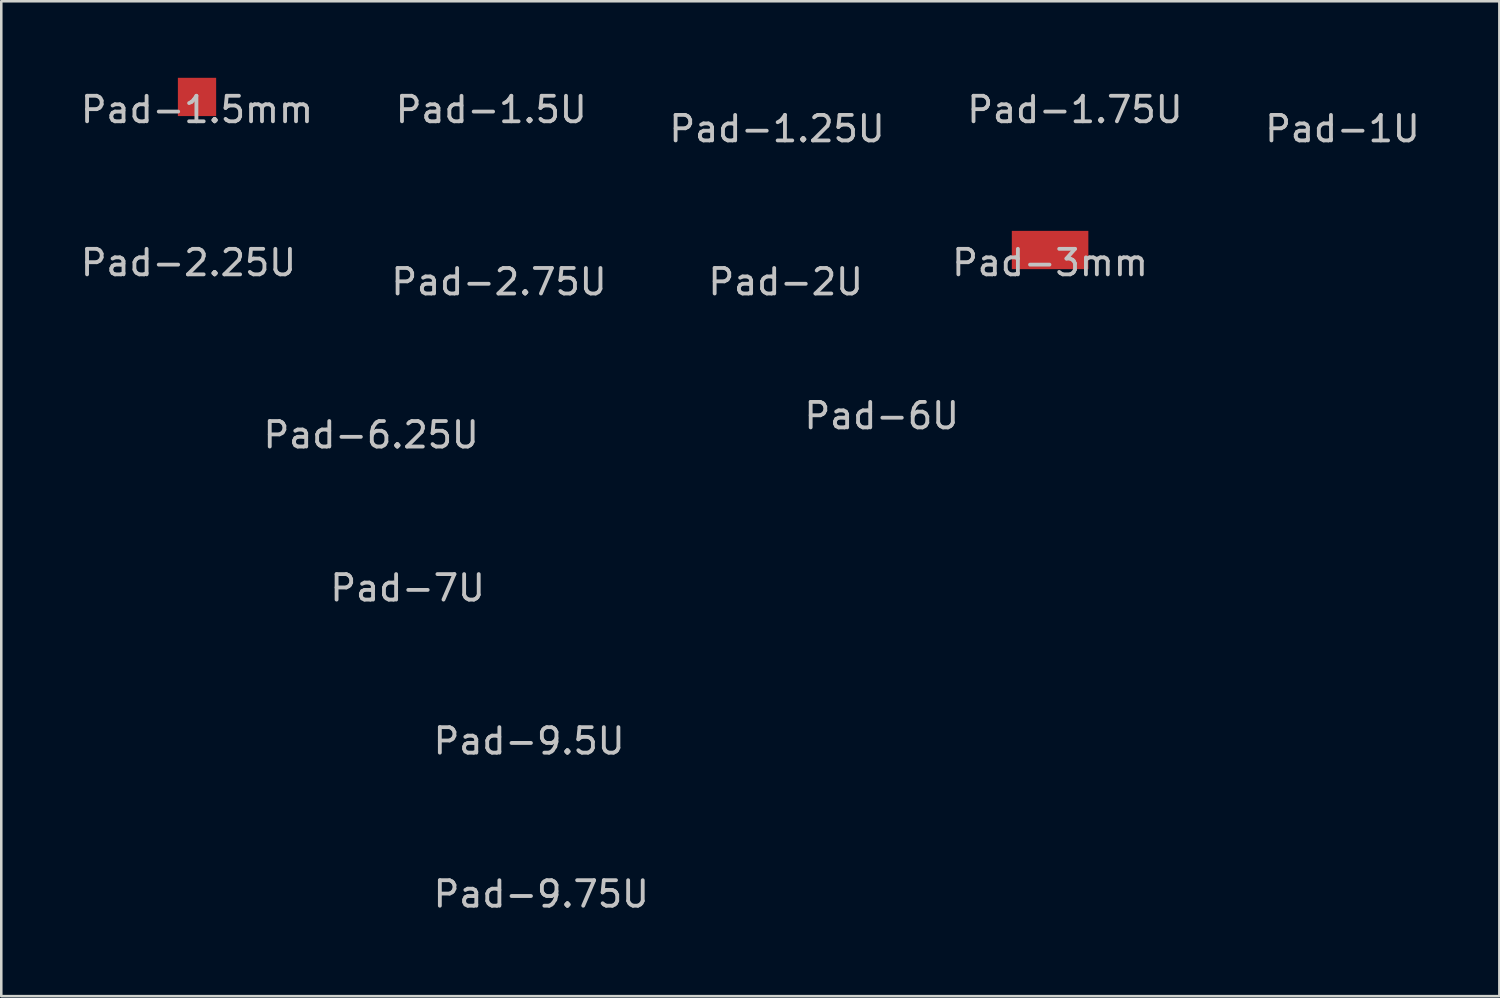
<source format=kicad_pcb>
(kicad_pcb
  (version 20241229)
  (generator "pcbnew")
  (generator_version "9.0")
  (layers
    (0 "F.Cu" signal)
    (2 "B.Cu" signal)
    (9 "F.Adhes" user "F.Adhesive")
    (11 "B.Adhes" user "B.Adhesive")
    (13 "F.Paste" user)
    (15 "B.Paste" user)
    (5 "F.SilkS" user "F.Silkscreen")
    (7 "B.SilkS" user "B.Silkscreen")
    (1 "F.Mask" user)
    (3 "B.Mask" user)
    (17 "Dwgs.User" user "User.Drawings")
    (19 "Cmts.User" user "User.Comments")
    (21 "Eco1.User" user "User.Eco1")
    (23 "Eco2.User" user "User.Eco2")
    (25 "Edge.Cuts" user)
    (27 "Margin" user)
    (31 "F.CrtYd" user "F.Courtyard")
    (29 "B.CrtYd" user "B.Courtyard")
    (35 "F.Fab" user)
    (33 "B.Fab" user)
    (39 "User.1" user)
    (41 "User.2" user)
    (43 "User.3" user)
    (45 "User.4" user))
  (footprint "Pad-1.5mm"
    (layer "F.Cu")
    (at 4.673 0.75)
    (property "Reference" "Pad-1.5mm" (at 0 0.5 0) (layer "Dwgs.User") (effects (font (size 1 1) (thickness 0.15))))
    (attr through_hole)
    (pad "e" smd rect (at 0 0) (size 1.5 1.5) (layers "F.Cu" "F.Mask" "F.Paste")))
  (footprint "Pad-3mm"
    (layer "F.Cu")
    (at 38.114 6.75)
    (property "Reference" "Pad-3mm" (at 0 0.5 0) (layer "Dwgs.User") (effects (font (size 1 1) (thickness 0.15))))
    (attr through_hole)
    (pad "e" smd rect (at 0 0) (size 3 1.5) (layers "F.Cu" "F.Mask" "F.Paste")))
  (footprint "Pad-2.75U"
    (layer "F.Cu")
    (at 16.512 7.5)
    (property "Reference" "Pad-2.75U" (at 0 0.5 0) (layer "Dwgs.User") (effects (font (size 1 1) (thickness 0.15))))
    (attr through_hole)
    (pad "" smd rect (at 0 0) (size 9.668 3) (layers "F.Mask")))
  (footprint "Pad-1.75U"
    (layer "F.Cu")
    (at 39.089 0.75)
    (property "Reference" "Pad-1.75U" (at 0 0.5 0) (layer "Dwgs.User") (effects (font (size 1 1) (thickness 0.15))))
    (attr through_hole)
    (pad "" smd rect (at 0 0) (size 2.929 1.5) (layers "F.Mask")))
  (footprint "Pad-9.75U"
    (layer "F.Cu")
    (at 18.169 31.5)
    (property "Reference" "Pad-9.75U" (at 0 0.5 0) (layer "Dwgs.User") (effects (font (size 1 1) (thickness 0.15))))
    (attr through_hole)
    (pad "" smd rect (at 0 0) (size 36.337 3) (layers "F.Mask")))
  (footprint "Pad-1.25U"
    (layer "F.Cu")
    (at 27.411 1.5)
    (property "Reference" "Pad-1.25U" (at 0 0.5 0) (layer "Dwgs.User") (effects (font (size 1 1) (thickness 0.15))))
    (attr through_hole)
    (pad "" smd rect (at 0 0) (size 3.953 3) (layers "F.Mask")))
  (footprint "Pad-2.25U"
    (layer "F.Cu")
    (at 4.339 6.75)
    (property "Reference" "Pad-2.25U" (at 0 0.5 0) (layer "Dwgs.User") (effects (font (size 1 1) (thickness 0.15))))
    (attr through_hole)
    (pad "" smd rect (at 0 0) (size 3.881 1.5) (layers "F.Mask")))
  (footprint "Pad-6U"
    (layer "F.Cu")
    (at 31.515 12.75)
    (property "Reference" "Pad-6U" (at 0 0.5 0) (layer "Dwgs.User") (effects (font (size 1 1) (thickness 0.15))))
    (attr through_hole)
    (pad "" smd rect (at 0 0) (size 11.025 1.5) (layers "F.Mask")))
  (footprint "Pad-1U"
    (layer "F.Cu")
    (at 49.577 1.5)
    (property "Reference" "Pad-1U" (at 0 0.5 0) (layer "Dwgs.User") (effects (font (size 1 1) (thickness 0.15))))
    (attr through_hole)
    (pad "" smd rect (at 0 0) (size 3 3) (layers "F.Mask")))
  (footprint "Pad-9.5U"
    (layer "F.Cu")
    (at 17.692 25.5)
    (property "Reference" "Pad-9.5U" (at 0 0.5 0) (layer "Dwgs.User") (effects (font (size 1 1) (thickness 0.15))))
    (attr through_hole)
    (pad "" smd rect (at 0 0) (size 35.385 3) (layers "F.Mask")))
  (footprint "Pad-7U"
    (layer "F.Cu")
    (at 12.93 19.5)
    (property "Reference" "Pad-7U" (at 0 0.5 0) (layer "Dwgs.User") (effects (font (size 1 1) (thickness 0.15))))
    (attr through_hole)
    (pad "" smd rect (at 0 0) (size 25.86 3) (layers "F.Mask")))
  (footprint "Pad-1.5U"
    (layer "F.Cu")
    (at 16.208 0.75)
    (property "Reference" "Pad-1.5U" (at 0 0.5 0) (layer "Dwgs.User") (effects (font (size 1 1) (thickness 0.15))))
    (attr through_hole)
    (pad "" smd rect (at 0 0) (size 2.453 1.5) (layers "F.Mask")))
  (footprint "Pad-6.25U"
    (layer "F.Cu")
    (at 11.501 13.5)
    (property "Reference" "Pad-6.25U" (at 0 0.5 0) (layer "Dwgs.User") (effects (font (size 1 1) (thickness 0.15))))
    (attr through_hole)
    (pad "" smd rect (at 0 0) (size 23.003 3) (layers "F.Mask")))
  (footprint "Pad-2U"
    (layer "F.Cu")
    (at 27.751 7.5)
    (property "Reference" "Pad-2U" (at 0 0.5 0) (layer "Dwgs.User") (effects (font (size 1 1) (thickness 0.15))))
    (attr through_hole)
    (pad "" smd rect (at 0 0) (size 6.81 3) (layers "F.Mask")))
  (gr_rect
    (start -3 -3)
    (end 55.726 36)
    (stroke (width 0.1) (type default))
    (fill no)
    (layer "Edge.Cuts")))
</source>
